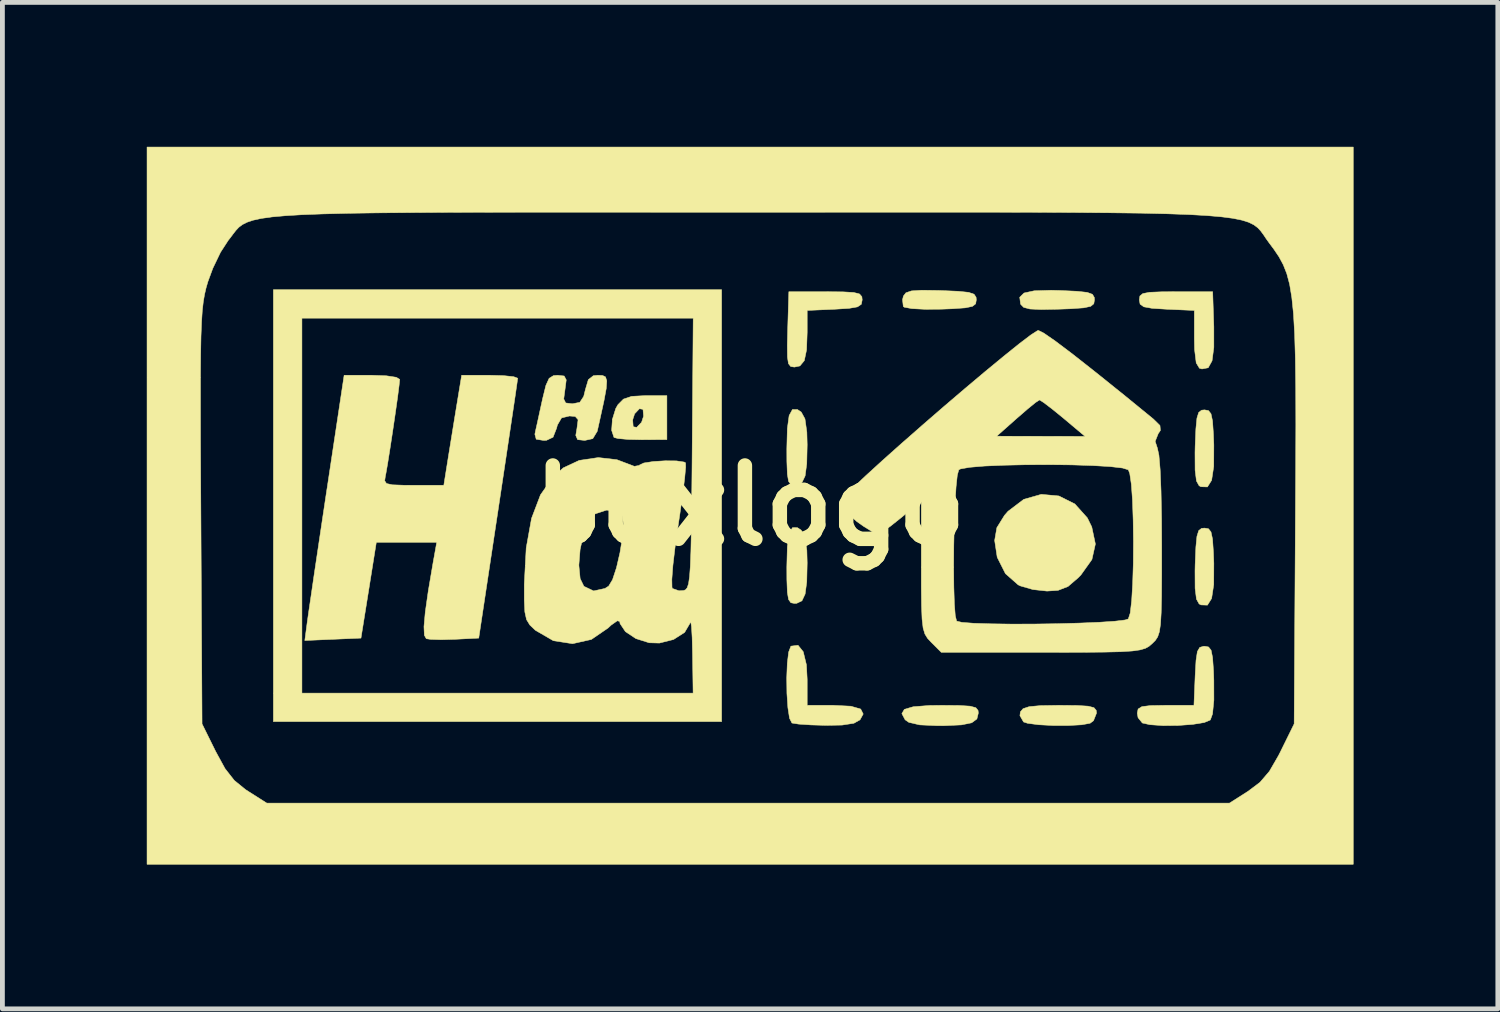
<source format=kicad_pcb>
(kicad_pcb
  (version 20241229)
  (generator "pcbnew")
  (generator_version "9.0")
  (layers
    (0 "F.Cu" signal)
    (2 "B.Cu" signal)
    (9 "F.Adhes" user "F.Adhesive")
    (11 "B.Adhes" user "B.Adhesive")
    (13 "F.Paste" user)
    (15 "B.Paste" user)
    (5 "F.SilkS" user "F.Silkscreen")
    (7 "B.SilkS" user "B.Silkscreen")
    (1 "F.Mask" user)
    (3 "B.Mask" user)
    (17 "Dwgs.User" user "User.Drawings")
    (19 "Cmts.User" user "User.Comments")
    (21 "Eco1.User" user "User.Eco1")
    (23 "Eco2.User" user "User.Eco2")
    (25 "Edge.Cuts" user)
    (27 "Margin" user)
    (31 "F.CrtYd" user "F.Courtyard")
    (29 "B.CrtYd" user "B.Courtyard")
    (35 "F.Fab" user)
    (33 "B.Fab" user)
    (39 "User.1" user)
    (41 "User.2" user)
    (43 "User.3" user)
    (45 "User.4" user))
  (footprint "boxlogo"
    (layer "F.Cu")
    (at 12.536 7.456)
    (property "Reference" "boxlogo" (at 0 0 0) (layer "F.SilkS") (effects (font (size 1.524 1.524) (thickness 0.3))))
    (attr through_hole)
    (fp_poly (pts (xy 0.983 -1.997) (xy 1.062 -1.944) (xy 1.139 -1.803) (xy 1.178 -1.527) (xy 1.185 -1.267) (xy 1.176 -0.872) (xy 1.142 -0.618) (xy 1.076 -0.479) (xy 0.968 -0.426) (xy 0.922 -0.423) (xy 0.846 -0.438) (xy 0.798 -0.505) (xy 0.773 -0.655) (xy 0.763 -0.921) (xy 0.762 -1.18) (xy 0.773 -1.603) (xy 0.81 -1.872) (xy 0.879 -1.998) (xy 0.983 -1.997)) (stroke (width 0.01) (type solid)) (fill yes) (layer "F.SilkS"))
    (fp_poly (pts (xy 0.983 0.458) (xy 1.062 0.511) (xy 1.139 0.653) (xy 1.178 0.929) (xy 1.185 1.189) (xy 1.176 1.584) (xy 1.142 1.837) (xy 1.076 1.977) (xy 0.968 2.029) (xy 0.922 2.032) (xy 0.846 2.017) (xy 0.798 1.95) (xy 0.773 1.8) (xy 0.763 1.534) (xy 0.762 1.275) (xy 0.773 0.852) (xy 0.81 0.584) (xy 0.879 0.457) (xy 0.983 0.458)) (stroke (width 0.01) (type solid)) (fill yes) (layer "F.SilkS"))
    (fp_poly (pts (xy 4.346 4.152) (xy 4.57 4.166) (xy 4.689 4.198) (xy 4.735 4.254) (xy 4.741 4.309) (xy 4.711 4.432) (xy 4.604 4.511) (xy 4.391 4.555) (xy 4.045 4.571) (xy 3.898 4.572) (xy 3.524 4.555) (xy 3.298 4.503) (xy 3.22 4.449) (xy 3.152 4.321) (xy 3.204 4.232) (xy 3.389 4.178) (xy 3.722 4.152) (xy 3.984 4.149) (xy 4.346 4.152)) (stroke (width 0.01) (type solid)) (fill yes) (layer "F.SilkS"))
    (fp_poly (pts (xy 9.523 -1.975) (xy 9.575 -1.909) (xy 9.607 -1.76) (xy 9.625 -1.494) (xy 9.634 -1.262) (xy 9.632 -0.816) (xy 9.588 -0.527) (xy 9.501 -0.389) (xy 9.366 -0.393) (xy 9.328 -0.414) (xy 9.273 -0.513) (xy 9.245 -0.736) (xy 9.243 -1.102) (xy 9.246 -1.235) (xy 9.261 -1.595) (xy 9.283 -1.819) (xy 9.32 -1.937) (xy 9.379 -1.983) (xy 9.44 -1.99) (xy 9.523 -1.975)) (stroke (width 0.01) (type solid)) (fill yes) (layer "F.SilkS"))
    (fp_poly (pts (xy 9.523 0.48) (xy 9.575 0.546) (xy 9.607 0.695) (xy 9.625 0.962) (xy 9.634 1.194) (xy 9.632 1.64) (xy 9.588 1.928) (xy 9.501 2.067) (xy 9.366 2.062) (xy 9.328 2.041) (xy 9.273 1.942) (xy 9.245 1.719) (xy 9.243 1.353) (xy 9.246 1.221) (xy 9.261 0.86) (xy 9.283 0.637) (xy 9.32 0.518) (xy 9.379 0.472) (xy 9.44 0.466) (xy 9.523 0.48)) (stroke (width 0.01) (type solid)) (fill yes) (layer "F.SilkS"))
    (fp_poly (pts (xy 6.443 -4.47) (xy 6.791 -4.454) (xy 7.003 -4.431) (xy 7.112 -4.391) (xy 7.151 -4.325) (xy 7.154 -4.276) (xy 7.14 -4.194) (xy 7.075 -4.141) (xy 6.928 -4.11) (xy 6.665 -4.091) (xy 6.412 -4.082) (xy 6.045 -4.075) (xy 5.813 -4.086) (xy 5.683 -4.12) (xy 5.623 -4.181) (xy 5.618 -4.193) (xy 5.601 -4.33) (xy 5.69 -4.418) (xy 5.901 -4.464) (xy 6.253 -4.475) (xy 6.443 -4.47)) (stroke (width 0.01) (type solid)) (fill yes) (layer "F.SilkS"))
    (fp_poly (pts (xy 6.796 4.152) (xy 7.022 4.166) (xy 7.143 4.197) (xy 7.19 4.252) (xy 7.197 4.309) (xy 7.134 4.468) (xy 7.063 4.521) (xy 6.887 4.553) (xy 6.612 4.568) (xy 6.295 4.568) (xy 5.994 4.552) (xy 5.766 4.522) (xy 5.681 4.495) (xy 5.605 4.363) (xy 5.615 4.284) (xy 5.671 4.218) (xy 5.798 4.176) (xy 6.027 4.155) (xy 6.391 4.149) (xy 6.432 4.149) (xy 6.796 4.152)) (stroke (width 0.01) (type solid)) (fill yes) (layer "F.SilkS"))
    (fp_poly (pts (xy 3.906 -4.471) (xy 3.968 -4.469) (xy 4.322 -4.454) (xy 4.539 -4.432) (xy 4.652 -4.393) (xy 4.694 -4.331) (xy 4.699 -4.276) (xy 4.685 -4.193) (xy 4.619 -4.141) (xy 4.471 -4.11) (xy 4.206 -4.091) (xy 3.965 -4.082) (xy 3.629 -4.08) (xy 3.361 -4.094) (xy 3.204 -4.123) (xy 3.182 -4.138) (xy 3.166 -4.279) (xy 3.185 -4.356) (xy 3.237 -4.423) (xy 3.352 -4.462) (xy 3.564 -4.476) (xy 3.906 -4.471)) (stroke (width 0.01) (type solid)) (fill yes) (layer "F.SilkS"))
    (fp_poly (pts (xy 9.634 -3.717) (xy 9.634 -3.288) (xy 9.597 -3.009) (xy 9.517 -2.865) (xy 9.388 -2.84) (xy 9.335 -2.855) (xy 9.268 -2.966) (xy 9.234 -3.243) (xy 9.229 -3.475) (xy 9.229 -4.056) (xy 8.657 -4.081) (xy 8.352 -4.1) (xy 8.179 -4.131) (xy 8.102 -4.187) (xy 8.086 -4.276) (xy 8.098 -4.356) (xy 8.158 -4.406) (xy 8.297 -4.433) (xy 8.547 -4.443) (xy 8.848 -4.445) (xy 9.61 -4.445) (xy 9.634 -3.717)) (stroke (width 0.01) (type solid)) (fill yes) (layer "F.SilkS"))
    (fp_poly (pts (xy 1.928 -4.442) (xy 2.153 -4.429) (xy 2.273 -4.398) (xy 2.321 -4.342) (xy 2.328 -4.276) (xy 2.31 -4.184) (xy 2.23 -4.13) (xy 2.052 -4.099) (xy 1.757 -4.081) (xy 1.185 -4.056) (xy 1.185 -3.601) (xy 1.172 -3.237) (xy 1.125 -3.013) (xy 1.034 -2.903) (xy 0.919 -2.879) (xy 0.843 -2.891) (xy 0.796 -2.95) (xy 0.775 -3.087) (xy 0.772 -3.334) (xy 0.78 -3.662) (xy 0.804 -4.445) (xy 1.566 -4.445) (xy 1.928 -4.442)) (stroke (width 0.01) (type solid)) (fill yes) (layer "F.SilkS"))
    (fp_poly (pts (xy 6.415 -0.201) (xy 6.746 -0.036) (xy 7.006 0.254) (xy 7.098 0.442) (xy 7.173 0.797) (xy 7.101 1.119) (xy 6.873 1.439) (xy 6.819 1.495) (xy 6.604 1.68) (xy 6.397 1.76) (xy 6.168 1.775) (xy 5.876 1.743) (xy 5.616 1.668) (xy 5.568 1.645) (xy 5.304 1.412) (xy 5.133 1.072) (xy 5.08 0.723) (xy 5.126 0.457) (xy 5.285 0.201) (xy 5.358 0.117) (xy 5.685 -0.131) (xy 6.05 -0.235) (xy 6.415 -0.201)) (stroke (width 0.01) (type solid)) (fill yes) (layer "F.SilkS"))
    (fp_poly (pts (xy -1.73 -1.373) (xy -2.254 -1.37) (xy -2.537 -1.376) (xy -2.746 -1.395) (xy -2.829 -1.417) (xy -2.878 -1.565) (xy -2.863 -1.783) (xy -2.441 -1.783) (xy -2.43 -1.639) (xy -2.357 -1.627) (xy -2.256 -1.732) (xy -2.215 -1.858) (xy -2.226 -2.001) (xy -2.3 -2.014) (xy -2.4 -1.909) (xy -2.441 -1.783) (xy -2.863 -1.783) (xy -2.863 -1.791) (xy -2.793 -2.017) (xy -2.747 -2.098) (xy -2.632 -2.214) (xy -2.462 -2.271) (xy -2.182 -2.286) (xy -2.172 -2.286) (xy -1.73 -2.286) (xy -1.73 -1.373)) (stroke (width 0.01) (type solid)) (fill yes) (layer "F.SilkS"))
    (fp_poly (pts (xy 1.103 3.035) (xy 1.169 3.307) (xy 1.185 3.609) (xy 1.185 4.149) (xy 1.731 4.149) (xy 2.093 4.167) (xy 2.297 4.226) (xy 2.349 4.329) (xy 2.283 4.449) (xy 2.156 4.521) (xy 1.91 4.559) (xy 1.577 4.565) (xy 1.263 4.556) (xy 1.009 4.539) (xy 0.87 4.517) (xy 0.868 4.516) (xy 0.818 4.417) (xy 0.784 4.196) (xy 0.764 3.901) (xy 0.76 3.579) (xy 0.772 3.276) (xy 0.8 3.042) (xy 0.846 2.922) (xy 0.85 2.919) (xy 0.995 2.901) (xy 1.103 3.035)) (stroke (width 0.01) (type solid)) (fill yes) (layer "F.SilkS"))
    (fp_poly (pts (xy 9.524 2.936) (xy 9.577 3.003) (xy 9.608 3.156) (xy 9.627 3.427) (xy 9.634 3.628) (xy 9.635 4.042) (xy 9.607 4.327) (xy 9.561 4.453) (xy 9.435 4.506) (xy 9.194 4.545) (xy 8.891 4.567) (xy 8.577 4.57) (xy 8.307 4.551) (xy 8.149 4.516) (xy 8.06 4.406) (xy 8.043 4.311) (xy 8.061 4.225) (xy 8.139 4.176) (xy 8.313 4.154) (xy 8.619 4.149) (xy 8.632 4.149) (xy 9.221 4.149) (xy 9.246 3.535) (xy 9.264 3.216) (xy 9.292 3.031) (xy 9.342 2.945) (xy 9.425 2.921) (xy 9.44 2.921) (xy 9.524 2.936)) (stroke (width 0.01) (type solid)) (fill yes) (layer "F.SilkS"))
    (fp_poly (pts (xy -3.067 -2.705) (xy -3.005 -2.675) (xy -2.979 -2.593) (xy -2.99 -2.435) (xy -3.038 -2.174) (xy -3.123 -1.787) (xy -3.177 -1.545) (xy -3.27 -1.392) (xy -3.437 -1.355) (xy -3.585 -1.372) (xy -3.623 -1.46) (xy -3.598 -1.609) (xy -3.575 -1.786) (xy -3.634 -1.853) (xy -3.754 -1.863) (xy -3.919 -1.823) (xy -4.005 -1.675) (xy -4.022 -1.609) (xy -4.095 -1.422) (xy -4.233 -1.357) (xy -4.292 -1.355) (xy -4.445 -1.38) (xy -4.473 -1.484) (xy -4.461 -1.545) (xy -4.419 -1.733) (xy -4.358 -2.013) (xy -4.312 -2.223) (xy -4.244 -2.498) (xy -4.177 -2.645) (xy -4.086 -2.702) (xy -3.999 -2.709) (xy -3.864 -2.694) (xy -3.821 -2.613) (xy -3.846 -2.419) (xy -3.847 -2.413) (xy -3.873 -2.216) (xy -3.832 -2.134) (xy -3.698 -2.117) (xy -3.691 -2.117) (xy -3.539 -2.147) (xy -3.458 -2.27) (xy -3.423 -2.413) (xy -3.362 -2.618) (xy -3.258 -2.7) (xy -3.166 -2.709) (xy -3.067 -2.705)) (stroke (width 0.01) (type solid)) (fill yes) (layer "F.SilkS"))
    (fp_poly (pts (xy -7.558 -2.698) (xy -7.353 -2.667) (xy -7.281 -2.624) (xy -7.294 -2.497) (xy -7.326 -2.246) (xy -7.373 -1.916) (xy -7.427 -1.549) (xy -7.482 -1.189) (xy -7.531 -0.88) (xy -7.568 -0.666) (xy -7.579 -0.614) (xy -7.593 -0.517) (xy -7.556 -0.46) (xy -7.435 -0.433) (xy -7.196 -0.424) (xy -6.994 -0.423) (xy -6.365 -0.423) (xy -6.267 -1.037) (xy -6.201 -1.444) (xy -6.131 -1.876) (xy -6.081 -2.18) (xy -5.994 -2.709) (xy -5.41 -2.709) (xy -5.121 -2.701) (xy -4.913 -2.679) (xy -4.83 -2.648) (xy -4.83 -2.646) (xy -4.843 -2.55) (xy -4.878 -2.306) (xy -4.933 -1.937) (xy -5.004 -1.461) (xy -5.088 -0.9) (xy -5.182 -0.274) (xy -5.236 0.085) (xy -5.639 2.752) (xy -6.133 2.777) (xy -6.419 2.785) (xy -6.641 2.778) (xy -6.729 2.764) (xy -6.769 2.693) (xy -6.777 2.514) (xy -6.75 2.212) (xy -6.688 1.776) (xy -6.589 1.192) (xy -6.561 1.037) (xy -6.512 0.762) (xy -7.767 0.762) (xy -7.926 1.757) (xy -8.086 2.752) (xy -8.669 2.777) (xy -9.253 2.802) (xy -9.199 2.396) (xy -9.172 2.206) (xy -9.123 1.874) (xy -9.058 1.428) (xy -8.978 0.893) (xy -8.889 0.296) (xy -8.794 -0.337) (xy -8.79 -0.36) (xy -8.436 -2.709) (xy -7.859 -2.709) (xy -7.558 -2.698)) (stroke (width 0.01) (type solid)) (fill yes) (layer "F.SilkS"))
    (fp_poly (pts (xy 12.531 7.451) (xy -12.531 7.451) (xy -12.531 -2.076) (xy -11.421 -2.076) (xy -11.42 -1.362) (xy -11.416 -0.506) (xy -11.412 0.217) (xy -11.388 4.534) (xy -11.103 5.111) (xy -10.91 5.464) (xy -10.718 5.709) (xy -10.485 5.899) (xy -10.431 5.934) (xy -10.042 6.181) (xy 9.958 6.181) (xy 10.346 5.934) (xy 10.593 5.748) (xy 10.789 5.519) (xy 10.979 5.19) (xy 11.019 5.111) (xy 11.303 4.534) (xy 11.329 0.256) (xy 11.335 -0.788) (xy 11.338 -1.678) (xy 11.336 -2.428) (xy 11.328 -3.052) (xy 11.313 -3.567) (xy 11.289 -3.986) (xy 11.254 -4.325) (xy 11.209 -4.598) (xy 11.15 -4.82) (xy 11.077 -5.005) (xy 10.988 -5.17) (xy 10.882 -5.327) (xy 10.791 -5.449) (xy 10.722 -5.545) (xy 10.664 -5.632) (xy 10.607 -5.709) (xy 10.544 -5.776) (xy 10.463 -5.836) (xy 10.357 -5.888) (xy 10.216 -5.932) (xy 10.031 -5.97) (xy 9.793 -6.001) (xy 9.493 -6.027) (xy 9.121 -6.048) (xy 8.669 -6.064) (xy 8.127 -6.077) (xy 7.486 -6.085) (xy 6.736 -6.091) (xy 5.87 -6.095) (xy 4.878 -6.097) (xy 3.749 -6.097) (xy 2.477 -6.097) (xy 1.05 -6.096) (xy -0.042 -6.096) (xy -1.58 -6.096) (xy -2.957 -6.097) (xy -4.183 -6.097) (xy -5.267 -6.096) (xy -6.219 -6.094) (xy -7.047 -6.089) (xy -7.76 -6.083) (xy -8.369 -6.074) (xy -8.882 -6.061) (xy -9.307 -6.045) (xy -9.655 -6.024) (xy -9.935 -5.999) (xy -10.155 -5.968) (xy -10.325 -5.931) (xy -10.454 -5.888) (xy -10.551 -5.839) (xy -10.626 -5.782) (xy -10.686 -5.717) (xy -10.743 -5.644) (xy -10.804 -5.562) (xy -10.843 -5.513) (xy -11.004 -5.265) (xy -11.164 -4.932) (xy -11.267 -4.653) (xy -11.305 -4.522) (xy -11.336 -4.388) (xy -11.362 -4.236) (xy -11.383 -4.051) (xy -11.398 -3.816) (xy -11.41 -3.517) (xy -11.417 -3.138) (xy -11.421 -2.662) (xy -11.421 -2.076) (xy -12.531 -2.076) (xy -12.531 -7.451) (xy 12.531 -7.451) (xy 12.531 7.451)) (stroke (width 0.01) (type solid)) (fill yes) (layer "F.SilkS"))
    (fp_poly (pts (xy -0.593 4.487) (xy -9.906 4.487) (xy -9.906 -3.895) (xy -9.313 -3.895) (xy -9.313 3.895) (xy -1.185 3.895) (xy -1.197 3.069) (xy -1.205 2.744) (xy -1.218 2.518) (xy -1.233 2.416) (xy -1.245 2.435) (xy -1.361 2.633) (xy -1.592 2.781) (xy -1.885 2.855) (xy -2.098 2.849) (xy -2.374 2.762) (xy -2.592 2.617) (xy -2.704 2.449) (xy -2.709 2.406) (xy -2.76 2.392) (xy -2.888 2.482) (xy -2.952 2.542) (xy -3.299 2.78) (xy -3.69 2.868) (xy -4.089 2.806) (xy -4.458 2.592) (xy -4.466 2.586) (xy -4.578 2.479) (xy -4.646 2.368) (xy -4.681 2.21) (xy -4.693 1.963) (xy -4.693 1.637) (xy -4.672 1.239) (xy -3.559 1.239) (xy -3.532 1.516) (xy -3.454 1.676) (xy -3.252 1.772) (xy -3.016 1.72) (xy -2.94 1.672) (xy -2.859 1.538) (xy -2.777 1.289) (xy -2.705 0.978) (xy -2.653 0.659) (xy -2.633 0.386) (xy -2.653 0.218) (xy -2.775 0.109) (xy -2.985 0.093) (xy -3.219 0.17) (xy -3.354 0.323) (xy -3.462 0.589) (xy -3.533 0.912) (xy -3.559 1.239) (xy -4.672 1.239) (xy -4.653 0.88) (xy -4.542 0.264) (xy -4.356 -0.225) (xy -4.091 -0.601) (xy -3.883 -0.785) (xy -3.552 -0.94) (xy -3.155 -0.999) (xy -2.769 -0.955) (xy -2.613 -0.896) (xy -2.405 -0.817) (xy -2.304 -0.836) (xy -2.301 -0.843) (xy -2.211 -0.886) (xy -2.012 -0.917) (xy -1.765 -0.932) (xy -1.532 -0.93) (xy -1.371 -0.906) (xy -1.342 -0.89) (xy -1.34 -0.796) (xy -1.361 -0.566) (xy -1.403 -0.228) (xy -1.462 0.185) (xy -1.494 0.399) (xy -1.559 0.854) (xy -1.605 1.241) (xy -1.627 1.531) (xy -1.624 1.696) (xy -1.615 1.721) (xy -1.478 1.769) (xy -1.385 1.764) (xy -1.342 1.748) (xy -1.308 1.706) (xy -1.28 1.622) (xy -1.259 1.479) (xy -1.243 1.259) (xy -1.231 0.946) (xy -1.222 0.522) (xy -1.215 -0.03) (xy -1.208 -0.727) (xy -1.205 -1.081) (xy -1.183 -3.895) (xy -9.313 -3.895) (xy -9.906 -3.895) (xy -9.906 -4.487) (xy -0.593 -4.487) (xy -0.593 4.487)) (stroke (width 0.01) (type solid)) (fill yes) (layer "F.SilkS"))
    (fp_poly (pts (xy 6.101 -3.585) (xy 6.34 -3.42) (xy 6.703 -3.146) (xy 7.188 -2.764) (xy 7.795 -2.276) (xy 8.379 -1.799) (xy 8.515 -1.665) (xy 8.524 -1.563) (xy 8.479 -1.497) (xy 8.415 -1.336) (xy 8.461 -1.196) (xy 8.493 -1.049) (xy 8.519 -0.746) (xy 8.537 -0.303) (xy 8.548 0.267) (xy 8.551 0.826) (xy 8.551 1.432) (xy 8.548 1.892) (xy 8.54 2.228) (xy 8.526 2.464) (xy 8.502 2.623) (xy 8.467 2.727) (xy 8.419 2.8) (xy 8.355 2.864) (xy 8.289 2.921) (xy 8.211 2.965) (xy 8.101 2.997) (xy 7.937 3.02) (xy 7.698 3.035) (xy 7.361 3.043) (xy 6.906 3.047) (xy 6.31 3.048) (xy 6.066 3.048) (xy 3.972 3.048) (xy 3.764 2.84) (xy 3.686 2.757) (xy 3.631 2.667) (xy 3.594 2.544) (xy 3.572 2.358) (xy 3.561 2.081) (xy 3.556 1.686) (xy 3.556 1.276) (xy 4.228 1.276) (xy 4.232 1.692) (xy 4.243 2.04) (xy 4.262 2.287) (xy 4.29 2.399) (xy 4.29 2.399) (xy 4.399 2.425) (xy 4.646 2.444) (xy 4.999 2.455) (xy 5.427 2.461) (xy 5.897 2.46) (xy 6.379 2.453) (xy 6.841 2.44) (xy 7.252 2.423) (xy 7.579 2.401) (xy 7.792 2.375) (xy 7.857 2.354) (xy 7.897 2.231) (xy 7.927 1.974) (xy 7.948 1.617) (xy 7.961 1.196) (xy 7.964 0.744) (xy 7.958 0.297) (xy 7.944 -0.111) (xy 7.92 -0.445) (xy 7.887 -0.669) (xy 7.857 -0.745) (xy 7.737 -0.782) (xy 7.48 -0.812) (xy 7.118 -0.833) (xy 6.684 -0.847) (xy 6.21 -0.852) (xy 5.729 -0.85) (xy 5.272 -0.84) (xy 4.872 -0.823) (xy 4.562 -0.797) (xy 4.373 -0.764) (xy 4.335 -0.745) (xy 4.304 -0.633) (xy 4.278 -0.387) (xy 4.257 -0.038) (xy 4.241 0.377) (xy 4.231 0.827) (xy 4.228 1.276) (xy 3.556 1.276) (xy 3.556 1.266) (xy 3.556 -0.1) (xy 3.142 0.246) (xy 2.916 0.426) (xy 2.737 0.551) (xy 2.651 0.593) (xy 2.544 0.546) (xy 2.353 0.427) (xy 2.214 0.328) (xy 1.971 0.114) (xy 1.878 -0.058) (xy 1.879 -0.091) (xy 1.948 -0.182) (xy 2.128 -0.364) (xy 2.4 -0.62) (xy 2.745 -0.935) (xy 3.144 -1.291) (xy 3.318 -1.443) (xy 5.122 -1.443) (xy 6.041 -1.441) (xy 6.959 -1.439) (xy 6.507 -1.819) (xy 6.276 -2.007) (xy 6.099 -2.142) (xy 6.013 -2.196) (xy 6.011 -2.196) (xy 5.931 -2.144) (xy 5.763 -2.007) (xy 5.546 -1.819) (xy 5.122 -1.443) (xy 3.318 -1.443) (xy 3.577 -1.671) (xy 4.026 -2.06) (xy 4.471 -2.44) (xy 4.893 -2.795) (xy 5.273 -3.108) (xy 5.591 -3.364) (xy 5.829 -3.545) (xy 5.967 -3.634) (xy 5.988 -3.641) (xy 6.101 -3.585)) (stroke (width 0.01) (type solid)) (fill yes) (layer "F.SilkS")))
  (gr_rect
    (start -3 -3)
    (end 28.071 17.911)
    (stroke (width 0.1) (type default))
    (fill no)
    (layer "Edge.Cuts")))
</source>
